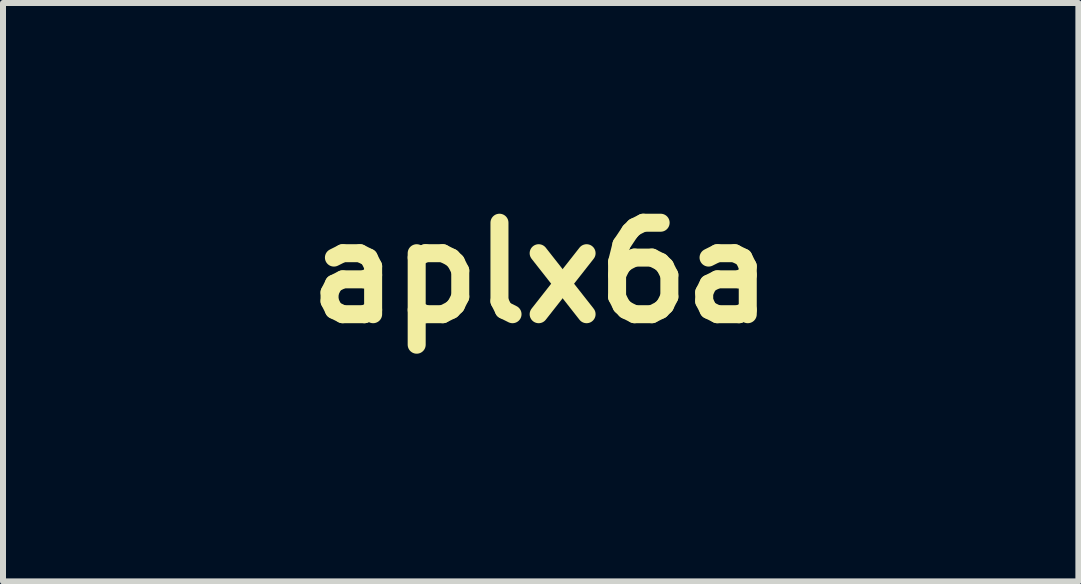
<source format=kicad_pcb>
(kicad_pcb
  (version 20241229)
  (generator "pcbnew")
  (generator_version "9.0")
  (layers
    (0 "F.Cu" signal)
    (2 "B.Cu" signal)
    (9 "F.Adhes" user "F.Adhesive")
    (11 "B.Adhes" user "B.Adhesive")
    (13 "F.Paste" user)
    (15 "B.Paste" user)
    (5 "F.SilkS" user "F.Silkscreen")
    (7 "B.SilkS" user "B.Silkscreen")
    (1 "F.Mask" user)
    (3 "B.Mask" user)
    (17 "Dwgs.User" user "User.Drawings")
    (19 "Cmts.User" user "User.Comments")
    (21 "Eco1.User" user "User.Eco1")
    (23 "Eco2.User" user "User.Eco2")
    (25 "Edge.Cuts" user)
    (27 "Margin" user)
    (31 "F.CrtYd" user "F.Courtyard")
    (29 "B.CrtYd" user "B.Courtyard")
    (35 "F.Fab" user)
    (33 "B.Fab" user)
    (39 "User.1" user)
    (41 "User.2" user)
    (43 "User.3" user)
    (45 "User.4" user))
  (footprint "aplx6a"
    (layer "F.Cu")
    (at 5.96 1.495)
    (property "Reference" "aplx6a" (at 0 0 0) (layer "F.SilkS") (effects (font (size 1.524 1.524) (thickness 0.3))))
    (attr through_hole)
    (fp_poly (pts (xy -0.127 -1.202) (xy -0.09 -1.19) (xy -0.059 -1.171) (xy -0.034 -1.14) (xy -0.014 -1.092) (xy 0.001 -1.021) (xy 0.012 -0.924) (xy 0.02 -0.794) (xy 0.024 -0.626) (xy 0.027 -0.416) (xy 0.028 -0.158) (xy 0.028 0.065) (xy 0.027 0.393) (xy 0.025 0.666) (xy 0.02 0.886) (xy 0.014 1.05) (xy 0.006 1.159) (xy -0.003 1.21) (xy -0.059 1.303) (xy -0.139 1.349) (xy -0.233 1.346) (xy -0.314 1.301) (xy -0.381 1.247) (xy -0.389 0.12) (xy -0.39 -0.19) (xy -0.39 -0.459) (xy -0.388 -0.684) (xy -0.384 -0.861) (xy -0.379 -0.99) (xy -0.372 -1.066) (xy -0.368 -1.083) (xy -0.311 -1.161) (xy -0.223 -1.204) (xy -0.127 -1.202)) (stroke (width 0.01) (type solid)) (fill no) (layer "Eco2.User"))
    (fp_poly (pts (xy 2.282 -0.597) (xy 2.351 -0.537) (xy 2.386 -0.455) (xy 2.385 -0.396) (xy 2.36 -0.353) (xy 2.301 -0.279) (xy 2.216 -0.181) (xy 2.112 -0.069) (xy 2.024 0.021) (xy 1.681 0.366) (xy 2.04 0.729) (xy 2.179 0.871) (xy 2.281 0.981) (xy 2.348 1.065) (xy 2.384 1.13) (xy 2.393 1.181) (xy 2.378 1.227) (xy 2.343 1.272) (xy 2.33 1.285) (xy 2.279 1.33) (xy 2.23 1.353) (xy 2.177 1.351) (xy 2.112 1.321) (xy 2.03 1.261) (xy 1.923 1.167) (xy 1.786 1.035) (xy 1.754 1.003) (xy 1.397 0.652) (xy 1.042 1.003) (xy 0.901 1.141) (xy 0.792 1.241) (xy 0.709 1.307) (xy 0.643 1.344) (xy 0.589 1.354) (xy 0.54 1.343) (xy 0.489 1.313) (xy 0.486 1.311) (xy 0.437 1.253) (xy 0.423 1.165) (xy 0.427 1.125) (xy 0.44 1.084) (xy 0.469 1.036) (xy 0.519 0.974) (xy 0.597 0.89) (xy 0.706 0.777) (xy 0.768 0.715) (xy 1.112 0.367) (xy 0.768 0.019) (xy 0.655 -0.099) (xy 0.557 -0.205) (xy 0.481 -0.294) (xy 0.433 -0.357) (xy 0.42 -0.384) (xy 0.432 -0.501) (xy 0.482 -0.581) (xy 0.568 -0.618) (xy 0.605 -0.621) (xy 0.642 -0.616) (xy 0.685 -0.596) (xy 0.739 -0.558) (xy 0.812 -0.494) (xy 0.911 -0.401) (xy 1.041 -0.272) (xy 1.044 -0.269) (xy 1.395 0.084) (xy 1.751 -0.269) (xy 1.884 -0.398) (xy 1.984 -0.493) (xy 2.059 -0.557) (xy 2.114 -0.596) (xy 2.157 -0.616) (xy 2.195 -0.621) (xy 2.282 -0.597)) (stroke (width 0.01) (type solid)) (fill no) (layer "Eco2.User"))
    (fp_poly (pts (xy -4.518 -1.48) (xy -4.448 -1.432) (xy -4.421 -1.393) (xy -4.373 -1.31) (xy -4.307 -1.187) (xy -4.226 -1.032) (xy -4.134 -0.851) (xy -4.033 -0.649) (xy -3.927 -0.433) (xy -3.817 -0.209) (xy -3.708 0.018) (xy -3.602 0.24) (xy -3.501 0.452) (xy -3.41 0.648) (xy -3.33 0.821) (xy -3.266 0.966) (xy -3.219 1.077) (xy -3.193 1.146) (xy -3.189 1.166) (xy -3.213 1.258) (xy -3.274 1.322) (xy -3.358 1.35) (xy -3.45 1.335) (xy -3.489 1.314) (xy -3.522 1.274) (xy -3.571 1.194) (xy -3.632 1.083) (xy -3.697 0.953) (xy -3.713 0.919) (xy -3.88 0.564) (xy -5.253 0.564) (xy -5.408 0.896) (xy -5.472 1.027) (xy -5.533 1.145) (xy -5.585 1.236) (xy -5.621 1.289) (xy -5.623 1.291) (xy -5.706 1.344) (xy -5.799 1.347) (xy -5.884 1.299) (xy -5.894 1.289) (xy -5.937 1.226) (xy -5.955 1.169) (xy -5.943 1.131) (xy -5.908 1.048) (xy -5.854 0.926) (xy -5.783 0.772) (xy -5.698 0.592) (xy -5.603 0.391) (xy -5.5 0.176) (xy -5.497 0.169) (xy -5.053 0.169) (xy -4.573 0.169) (xy -4.415 0.169) (xy -4.279 0.167) (xy -4.174 0.165) (xy -4.109 0.162) (xy -4.092 0.16) (xy -4.104 0.132) (xy -4.137 0.062) (xy -4.186 -0.043) (xy -4.249 -0.175) (xy -4.322 -0.326) (xy -4.33 -0.341) (xy -4.567 -0.833) (xy -4.764 -0.42) (xy -4.835 -0.273) (xy -4.9 -0.138) (xy -4.955 -0.025) (xy -4.994 0.055) (xy -5.007 0.08) (xy -5.053 0.169) (xy -5.497 0.169) (xy -5.392 -0.048) (xy -5.282 -0.274) (xy -5.172 -0.496) (xy -5.067 -0.709) (xy -4.968 -0.906) (xy -4.88 -1.081) (xy -4.803 -1.229) (xy -4.742 -1.343) (xy -4.7 -1.418) (xy -4.681 -1.446) (xy -4.599 -1.49) (xy -4.518 -1.48)) (stroke (width 0.01) (type solid)) (fill no) (layer "Eco2.User"))
    (fp_poly (pts (xy 5.08 -1.385) (xy 5.121 -1.348) (xy 5.15 -1.297) (xy 5.16 -1.243) (xy 5.148 -1.177) (xy 5.113 -1.088) (xy 5.052 -0.965) (xy 5.024 -0.912) (xy 4.966 -0.802) (xy 4.919 -0.712) (xy 4.89 -0.653) (xy 4.882 -0.634) (xy 4.908 -0.627) (xy 4.973 -0.622) (xy 5.022 -0.621) (xy 5.229 -0.594) (xy 5.425 -0.512) (xy 5.612 -0.375) (xy 5.662 -0.328) (xy 5.801 -0.167) (xy 5.892 -0.008) (xy 5.94 0.166) (xy 5.951 0.369) (xy 5.949 0.409) (xy 5.911 0.646) (xy 5.825 0.856) (xy 5.692 1.036) (xy 5.516 1.181) (xy 5.409 1.242) (xy 5.233 1.306) (xy 5.039 1.341) (xy 4.85 1.344) (xy 4.734 1.326) (xy 4.526 1.245) (xy 4.341 1.12) (xy 4.188 0.957) (xy 4.072 0.766) (xy 4.002 0.556) (xy 3.987 0.455) (xy 3.981 0.357) (xy 3.982 0.348) (xy 4.378 0.348) (xy 4.395 0.51) (xy 4.431 0.607) (xy 4.531 0.757) (xy 4.663 0.869) (xy 4.816 0.937) (xy 4.982 0.959) (xy 5.149 0.93) (xy 5.187 0.916) (xy 5.34 0.822) (xy 5.458 0.691) (xy 5.533 0.531) (xy 5.559 0.357) (xy 5.541 0.205) (xy 5.481 0.071) (xy 5.373 -0.058) (xy 5.348 -0.082) (xy 5.236 -0.166) (xy 5.119 -0.211) (xy 4.98 -0.222) (xy 4.871 -0.213) (xy 4.713 -0.167) (xy 4.579 -0.078) (xy 4.475 0.044) (xy 4.406 0.19) (xy 4.378 0.348) (xy 3.982 0.348) (xy 3.985 0.266) (xy 4 0.174) (xy 4.03 0.074) (xy 4.077 -0.042) (xy 4.145 -0.18) (xy 4.235 -0.349) (xy 4.352 -0.555) (xy 4.411 -0.657) (xy 4.513 -0.833) (xy 4.608 -0.994) (xy 4.693 -1.134) (xy 4.762 -1.247) (xy 4.811 -1.323) (xy 4.834 -1.356) (xy 4.908 -1.402) (xy 4.998 -1.411) (xy 5.08 -1.385)) (stroke (width 0.01) (type solid)) (fill no) (layer "Eco2.User"))
    (fp_poly (pts (xy -1.647 -0.611) (xy -1.456 -0.566) (xy -1.272 -0.473) (xy -1.249 -0.459) (xy -1.068 -0.309) (xy -0.931 -0.129) (xy -0.841 0.075) (xy -0.801 0.295) (xy -0.813 0.524) (xy -0.819 0.556) (xy -0.868 0.733) (xy -0.941 0.879) (xy -1.051 1.016) (xy -1.092 1.06) (xy -1.247 1.192) (xy -1.408 1.279) (xy -1.588 1.326) (xy -1.792 1.34) (xy -1.924 1.337) (xy -2.019 1.328) (xy -2.096 1.308) (xy -2.175 1.273) (xy -2.197 1.262) (xy -2.278 1.221) (xy -2.338 1.194) (xy -2.359 1.185) (xy -2.363 1.212) (xy -2.366 1.285) (xy -2.369 1.395) (xy -2.37 1.532) (xy -2.371 1.604) (xy -2.371 1.766) (xy -2.373 1.882) (xy -2.378 1.961) (xy -2.388 2.013) (xy -2.403 2.047) (xy -2.426 2.074) (xy -2.436 2.084) (xy -2.526 2.136) (xy -2.619 2.135) (xy -2.704 2.08) (xy -2.706 2.078) (xy -2.723 2.059) (xy -2.736 2.038) (xy -2.747 2.009) (xy -2.754 1.966) (xy -2.76 1.902) (xy -2.763 1.813) (xy -2.764 1.691) (xy -2.764 1.532) (xy -2.762 1.328) (xy -2.76 1.075) (xy -2.76 1.055) (xy -2.757 0.778) (xy -2.754 0.551) (xy -2.749 0.396) (xy -2.364 0.396) (xy -2.361 0.428) (xy -2.317 0.593) (xy -2.23 0.733) (xy -2.111 0.843) (xy -1.969 0.917) (xy -1.814 0.95) (xy -1.654 0.938) (xy -1.53 0.892) (xy -1.385 0.788) (xy -1.28 0.654) (xy -1.218 0.499) (xy -1.203 0.333) (xy -1.237 0.167) (xy -1.281 0.073) (xy -1.388 -0.063) (xy -1.518 -0.155) (xy -1.661 -0.205) (xy -1.809 -0.216) (xy -1.955 -0.19) (xy -2.091 -0.13) (xy -2.208 -0.039) (xy -2.298 0.081) (xy -2.353 0.227) (xy -2.364 0.396) (xy -2.749 0.396) (xy -2.749 0.367) (xy -2.74 0.22) (xy -2.726 0.104) (xy -2.707 0.011) (xy -2.681 -0.065) (xy -2.646 -0.13) (xy -2.602 -0.191) (xy -2.547 -0.255) (xy -2.496 -0.309) (xy -2.319 -0.461) (xy -2.121 -0.562) (xy -1.898 -0.611) (xy -1.862 -0.614) (xy -1.647 -0.611)) (stroke (width 0.01) (type solid)) (fill no) (layer "Eco2.User")))
  (gr_rect
    (start -3 -3)
    (end 14.915 6.636)
    (stroke (width 0.1) (type default))
    (fill no)
    (layer "Edge.Cuts")))
</source>
